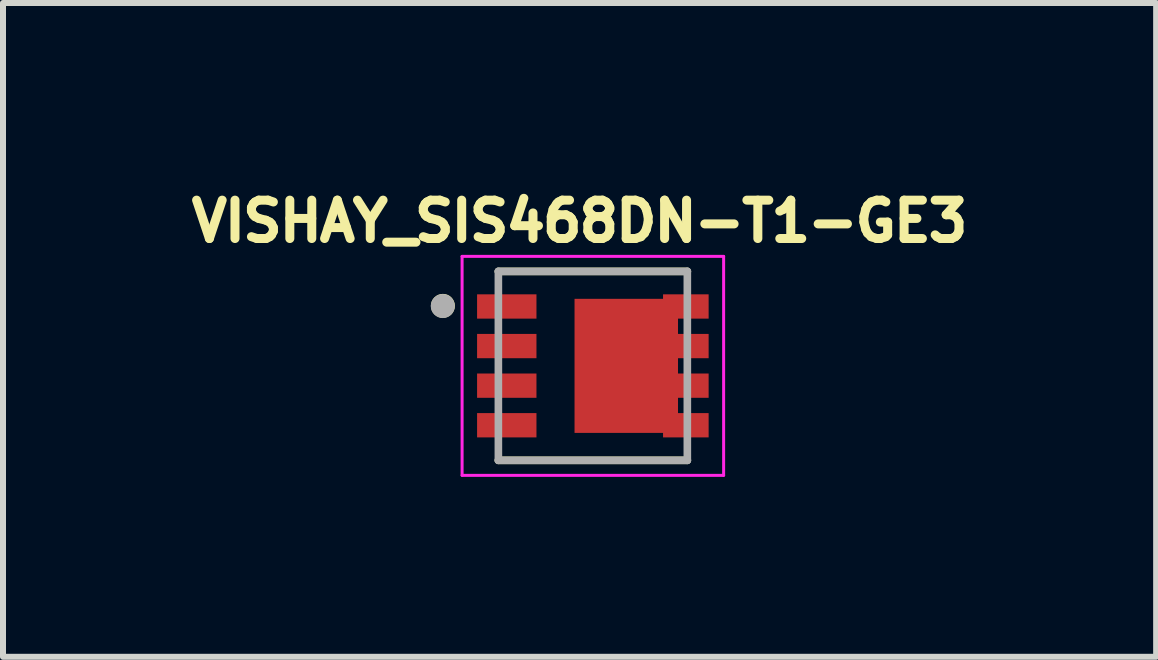
<source format=kicad_pcb>
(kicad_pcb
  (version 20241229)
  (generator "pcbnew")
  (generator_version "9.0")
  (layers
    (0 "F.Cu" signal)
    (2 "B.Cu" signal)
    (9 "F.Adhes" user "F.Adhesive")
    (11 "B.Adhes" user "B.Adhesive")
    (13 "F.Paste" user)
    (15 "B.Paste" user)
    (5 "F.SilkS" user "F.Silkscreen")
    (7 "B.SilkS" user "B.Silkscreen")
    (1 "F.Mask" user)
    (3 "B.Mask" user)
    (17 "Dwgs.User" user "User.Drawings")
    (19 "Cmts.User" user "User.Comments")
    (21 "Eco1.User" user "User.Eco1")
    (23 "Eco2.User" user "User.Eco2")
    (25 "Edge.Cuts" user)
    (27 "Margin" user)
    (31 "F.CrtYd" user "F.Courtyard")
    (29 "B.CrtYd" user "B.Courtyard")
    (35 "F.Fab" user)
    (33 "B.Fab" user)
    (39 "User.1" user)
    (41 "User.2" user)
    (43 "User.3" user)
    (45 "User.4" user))
  (footprint "VISHAY_SIS468DN-T1-GE3"
    (layer "F.Cu")
    (at 6.833 3.049)
    (property "Reference" "VISHAY_SIS468DN-T1-GE3" (at -0.221 -2.411 0) (layer "F.SilkS") (effects (font (size 0.64 0.64) (thickness 0.15))))
    (attr smd)
    (fp_line (start -1.575 -1.575) (end 1.575 -1.575) (stroke (width 0.127) (type solid)) (layer "F.SilkS"))
    (fp_line (start -1.575 1.575) (end 1.575 1.575) (stroke (width 0.127) (type solid)) (layer "F.SilkS"))
    (fp_circle (center -2.5 -1) (end -2.4 -1) (stroke (width 0.2) (type solid)) (fill no) (layer "F.SilkS"))
    (fp_line (start -2.18 -1.825) (end 2.18 -1.825) (stroke (width 0.05) (type solid)) (layer "F.CrtYd"))
    (fp_line (start -2.18 1.825) (end -2.18 -1.825) (stroke (width 0.05) (type solid)) (layer "F.CrtYd"))
    (fp_line (start 2.18 -1.825) (end 2.18 1.825) (stroke (width 0.05) (type solid)) (layer "F.CrtYd"))
    (fp_line (start 2.18 1.825) (end -2.18 1.825) (stroke (width 0.05) (type solid)) (layer "F.CrtYd"))
    (fp_line (start -1.575 -1.575) (end 1.575 -1.575) (stroke (width 0.127) (type solid)) (layer "F.Fab"))
    (fp_line (start -1.575 1.575) (end -1.575 -1.575) (stroke (width 0.127) (type solid)) (layer "F.Fab"))
    (fp_line (start 1.575 -1.575) (end 1.575 1.575) (stroke (width 0.127) (type solid)) (layer "F.Fab"))
    (fp_line (start 1.575 1.575) (end -1.575 1.575) (stroke (width 0.127) (type solid)) (layer "F.Fab"))
    (fp_circle (center -2.502 -0.997) (end -2.402 -0.997) (stroke (width 0.2) (type solid)) (fill no) (layer "F.Fab"))
    (pad "1" smd rect (at -1.435 -0.99) (size 0.99 0.405) (layers "F.Cu" "F.Mask" "F.Paste"))
    (pad "2" smd rect (at -1.435 -0.33) (size 0.99 0.405) (layers "F.Cu" "F.Mask" "F.Paste"))
    (pad "3" smd rect (at -1.435 0.33) (size 0.99 0.405) (layers "F.Cu" "F.Mask" "F.Paste"))
    (pad "4" smd rect (at -1.435 0.99) (size 0.99 0.405) (layers "F.Cu" "F.Mask" "F.Paste"))
    (pad "5" smd rect (at 1.55 0.99) (size 0.76 0.405) (layers "F.Cu" "F.Mask" "F.Paste"))
    (pad "6" smd rect (at 1.55 0.33) (size 0.76 0.405) (layers "F.Cu" "F.Mask" "F.Paste"))
    (pad "7" smd rect (at 1.55 -0.33) (size 0.76 0.405) (layers "F.Cu" "F.Mask" "F.Paste"))
    (pad "8" smd rect (at 1.55 -0.99) (size 0.76 0.405) (layers "F.Cu" "F.Mask" "F.Paste"))
    (pad "9" smd rect (at 0.557 0) (size 1.725 2.235) (layers "F.Cu" "F.Mask" "F.Paste")))
  (gr_rect
    (start -3 -3)
    (end 16.223 7.899)
    (stroke (width 0.1) (type default))
    (fill no)
    (layer "Edge.Cuts")))
</source>
